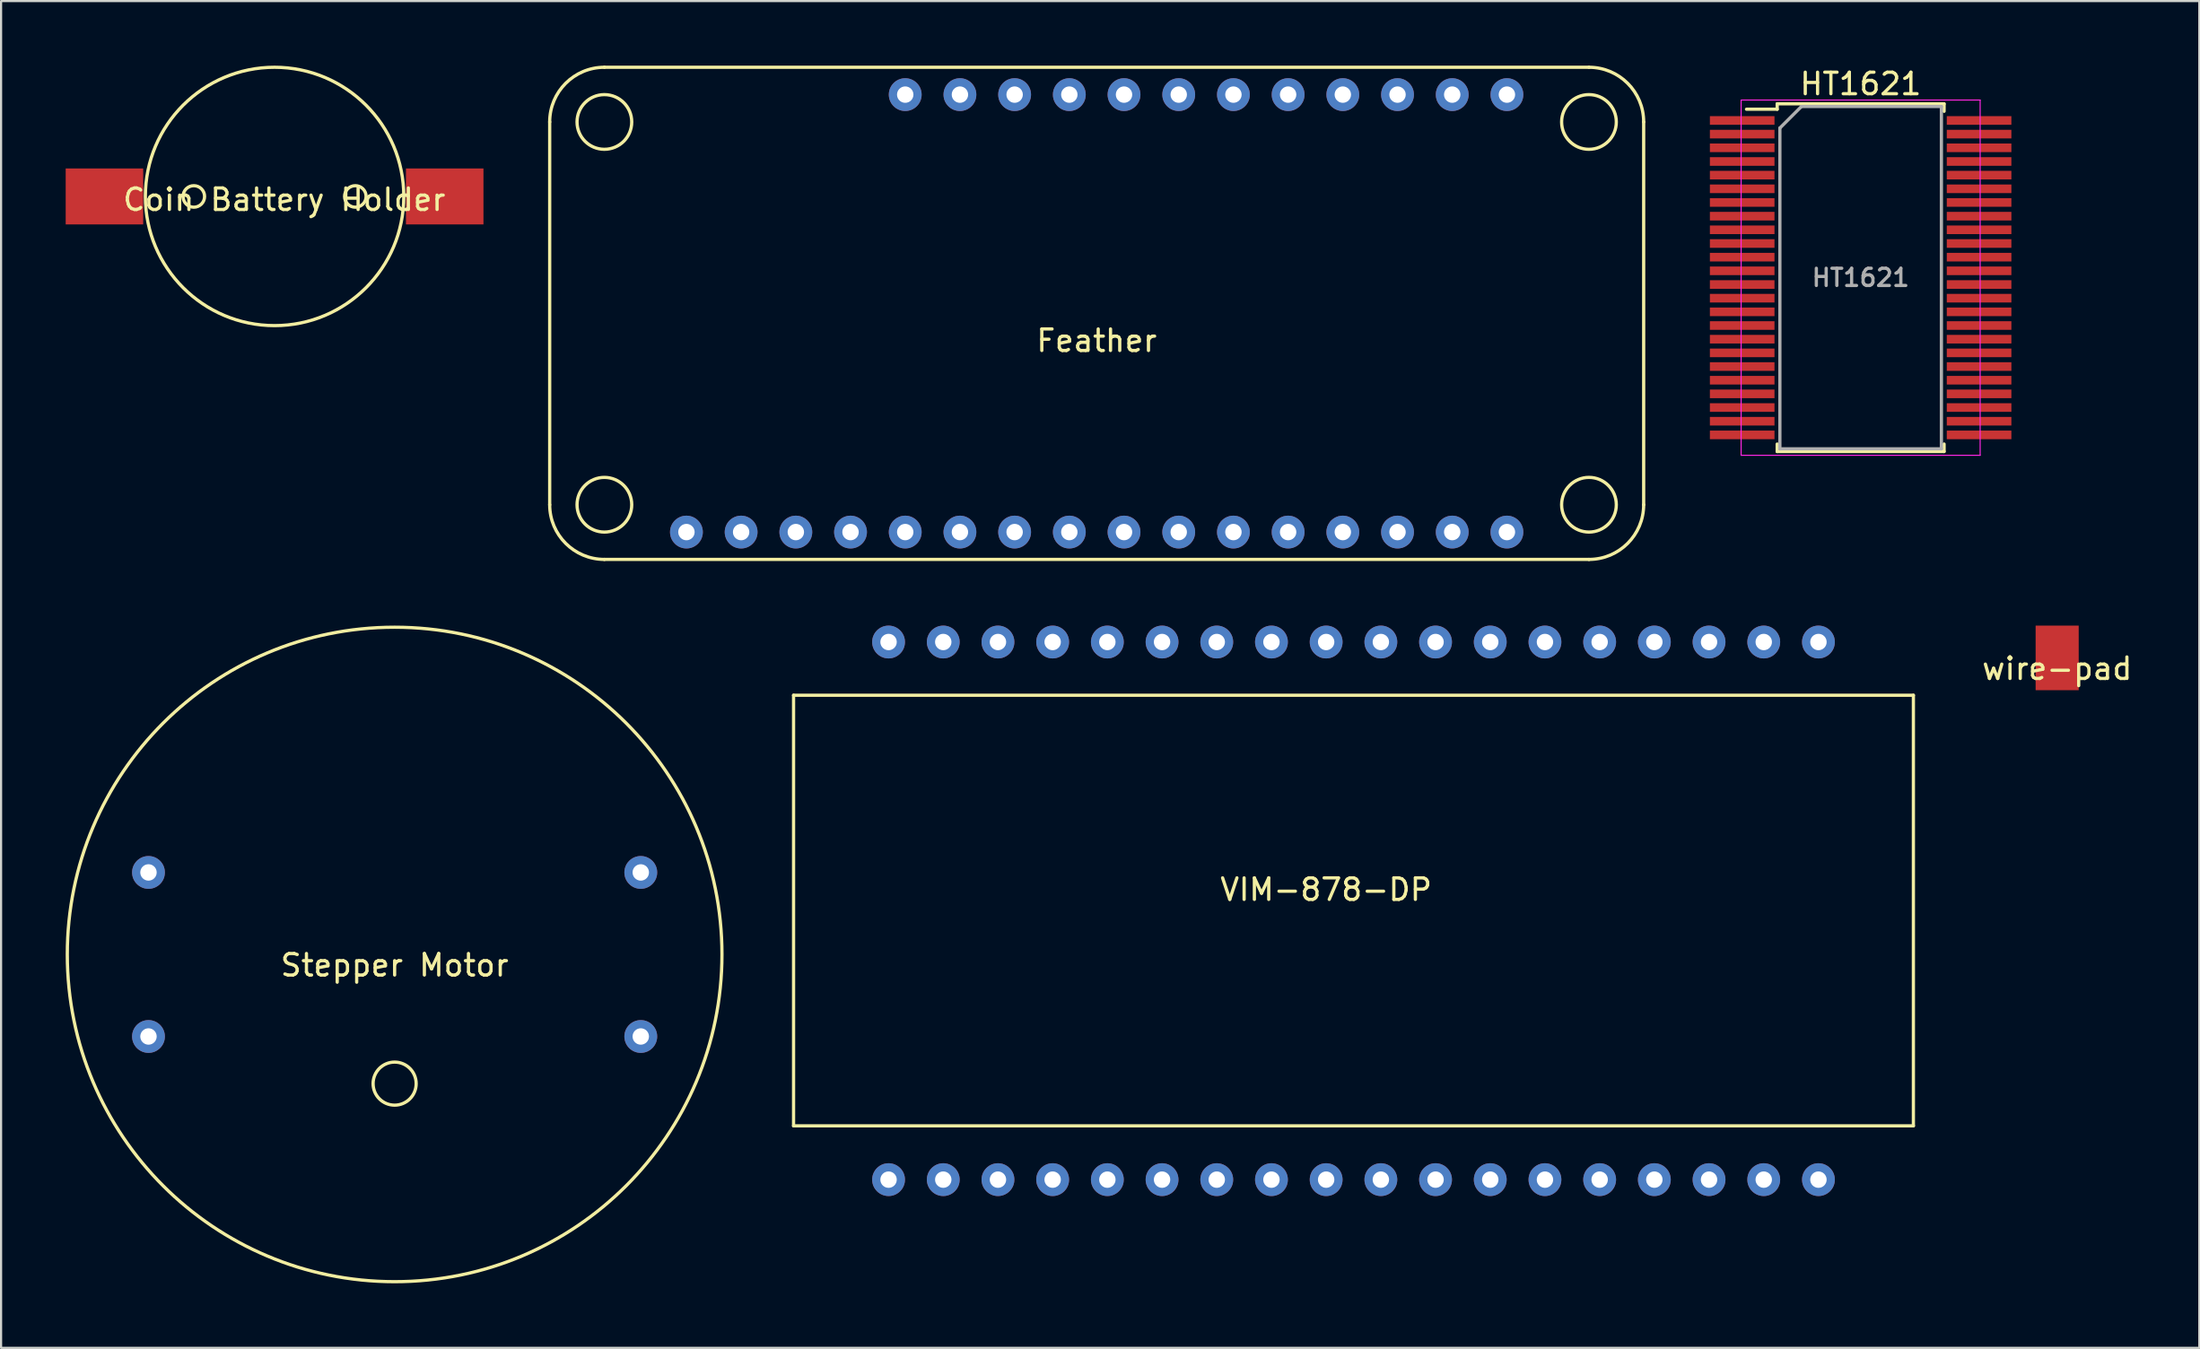
<source format=kicad_pcb>
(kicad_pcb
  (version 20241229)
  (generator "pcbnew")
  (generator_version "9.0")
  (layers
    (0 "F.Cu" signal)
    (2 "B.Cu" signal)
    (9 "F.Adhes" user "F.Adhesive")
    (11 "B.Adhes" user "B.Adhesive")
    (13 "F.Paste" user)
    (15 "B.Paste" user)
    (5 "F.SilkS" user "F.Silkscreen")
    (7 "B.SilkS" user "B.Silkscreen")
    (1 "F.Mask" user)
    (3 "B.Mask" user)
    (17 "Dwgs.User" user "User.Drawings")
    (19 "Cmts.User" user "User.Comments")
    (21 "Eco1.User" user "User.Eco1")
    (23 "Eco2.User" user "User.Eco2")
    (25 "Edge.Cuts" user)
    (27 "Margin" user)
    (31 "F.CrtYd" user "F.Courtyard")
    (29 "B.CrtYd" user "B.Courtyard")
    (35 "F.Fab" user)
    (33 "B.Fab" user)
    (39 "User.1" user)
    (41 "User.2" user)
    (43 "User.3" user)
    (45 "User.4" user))
  (footprint "Coin Battery Holder"
    (layer "F.Cu")
    (at 9.7 6.075)
    (property "Reference" "Coin Battery Holder" (at 0.45 0.15 0) (layer "F.SilkS") (effects (font (size 1 1) (thickness 0.15))))
    (attr through_hole)
    (fp_circle (center -3.75 0) (end -3.25 0) (stroke (width 0.15) (type solid)) (fill no) (layer "F.SilkS"))
    (fp_circle (center 0 0) (end 6 0) (stroke (width 0.15) (type solid)) (fill no) (layer "F.SilkS"))
    (fp_circle (center 3.75 0) (end 4.25 0) (stroke (width 0.15) (type solid)) (fill no) (layer "F.SilkS"))
    (pad "1" smd rect (at -7.9 0) (size 3.6 2.6) (layers "F.Cu" "F.Mask" "F.Paste"))
    (pad "2" smd rect (at 7.9 0) (size 3.6 2.6) (layers "F.Cu" "F.Mask" "F.Paste")))
  (footprint "HT1621"
    (layer "F.Cu")
    (at 83.35 9.848)
    (property "Reference" "HT1621" (at 0 -9 0) (layer "F.SilkS") (effects (font (size 1 1) (thickness 0.15))))
    (attr smd)
    (fp_line (start -3.875 -8.075) (end -3.875 -7.825) (stroke (width 0.15) (type solid)) (layer "F.SilkS"))
    (fp_line (start -3.875 -8.075) (end 3.875 -8.075) (stroke (width 0.15) (type solid)) (layer "F.SilkS"))
    (fp_line (start -3.875 -7.825) (end -5.3 -7.825) (stroke (width 0.15) (type solid)) (layer "F.SilkS"))
    (fp_line (start -3.875 8.075) (end -3.875 7.728) (stroke (width 0.15) (type solid)) (layer "F.SilkS"))
    (fp_line (start -3.875 8.075) (end 3.875 8.075) (stroke (width 0.15) (type solid)) (layer "F.SilkS"))
    (fp_line (start 3.875 -8.075) (end 3.875 -7.728) (stroke (width 0.15) (type solid)) (layer "F.SilkS"))
    (fp_line (start 3.875 8.075) (end 3.875 7.728) (stroke (width 0.15) (type solid)) (layer "F.SilkS"))
    (fp_line (start -5.55 -8.25) (end -5.55 8.25) (stroke (width 0.05) (type solid)) (layer "F.CrtYd"))
    (fp_line (start -5.55 -8.25) (end 5.55 -8.25) (stroke (width 0.05) (type solid)) (layer "F.CrtYd"))
    (fp_line (start -5.55 8.25) (end 5.55 8.25) (stroke (width 0.05) (type solid)) (layer "F.CrtYd"))
    (fp_line (start 5.55 -8.25) (end 5.55 8.25) (stroke (width 0.05) (type solid)) (layer "F.CrtYd"))
    (fp_line (start -3.75 -6.95) (end -2.75 -7.95) (stroke (width 0.15) (type solid)) (layer "F.Fab"))
    (fp_line (start -3.75 7.95) (end -3.75 -6.95) (stroke (width 0.15) (type solid)) (layer "F.Fab"))
    (fp_line (start -2.75 -7.95) (end 3.75 -7.95) (stroke (width 0.15) (type solid)) (layer "F.Fab"))
    (fp_line (start 3.75 -7.95) (end 3.75 7.95) (stroke (width 0.15) (type solid)) (layer "F.Fab"))
    (fp_line (start 3.75 7.95) (end -3.75 7.95) (stroke (width 0.15) (type solid)) (layer "F.Fab"))
    (fp_text user "${REFERENCE}" (at 0 0 0) (layer "F.Fab") (effects (font (size 0.8 0.8) (thickness 0.15))))
    (pad "1" smd rect (at -5.5 -7.303) (size 3 0.4) (layers "F.Cu" "F.Mask" "F.Paste"))
    (pad "2" smd rect (at -5.5 -6.668) (size 3 0.4) (layers "F.Cu" "F.Mask" "F.Paste"))
    (pad "3" smd rect (at -5.5 -6.032) (size 3 0.4) (layers "F.Cu" "F.Mask" "F.Paste"))
    (pad "4" smd rect (at -5.5 -5.397) (size 3 0.4) (layers "F.Cu" "F.Mask" "F.Paste"))
    (pad "5" smd rect (at -5.5 -4.763) (size 3 0.4) (layers "F.Cu" "F.Mask" "F.Paste"))
    (pad "6" smd rect (at -5.5 -4.128) (size 3 0.4) (layers "F.Cu" "F.Mask" "F.Paste"))
    (pad "7" smd rect (at -5.5 -3.493) (size 3 0.4) (layers "F.Cu" "F.Mask" "F.Paste"))
    (pad "8" smd rect (at -5.5 -2.857) (size 3 0.4) (layers "F.Cu" "F.Mask" "F.Paste"))
    (pad "9" smd rect (at -5.5 -2.223) (size 3 0.4) (layers "F.Cu" "F.Mask" "F.Paste"))
    (pad "10" smd rect (at -5.5 -1.587) (size 3 0.4) (layers "F.Cu" "F.Mask" "F.Paste"))
    (pad "11" smd rect (at -5.5 -0.953) (size 3 0.4) (layers "F.Cu" "F.Mask" "F.Paste"))
    (pad "12" smd rect (at -5.5 -0.318) (size 3 0.4) (layers "F.Cu" "F.Mask" "F.Paste"))
    (pad "13" smd rect (at -5.5 0.318) (size 3 0.4) (layers "F.Cu" "F.Mask" "F.Paste"))
    (pad "14" smd rect (at -5.5 0.953) (size 3 0.4) (layers "F.Cu" "F.Mask" "F.Paste"))
    (pad "15" smd rect (at -5.5 1.587) (size 3 0.4) (layers "F.Cu" "F.Mask" "F.Paste"))
    (pad "16" smd rect (at -5.5 2.223) (size 3 0.4) (layers "F.Cu" "F.Mask" "F.Paste"))
    (pad "17" smd rect (at -5.5 2.857) (size 3 0.4) (layers "F.Cu" "F.Mask" "F.Paste"))
    (pad "18" smd rect (at -5.5 3.493) (size 3 0.4) (layers "F.Cu" "F.Mask" "F.Paste"))
    (pad "19" smd rect (at -5.5 4.128) (size 3 0.4) (layers "F.Cu" "F.Mask" "F.Paste"))
    (pad "20" smd rect (at -5.5 4.763) (size 3 0.4) (layers "F.Cu" "F.Mask" "F.Paste"))
    (pad "21" smd rect (at -5.5 5.397) (size 3 0.4) (layers "F.Cu" "F.Mask" "F.Paste"))
    (pad "22" smd rect (at -5.5 6.032) (size 3 0.4) (layers "F.Cu" "F.Mask" "F.Paste"))
    (pad "23" smd rect (at -5.5 6.668) (size 3 0.4) (layers "F.Cu" "F.Mask" "F.Paste"))
    (pad "24" smd rect (at -5.5 7.303) (size 3 0.4) (layers "F.Cu" "F.Mask" "F.Paste"))
    (pad "25" smd rect (at 5.5 7.303) (size 3 0.4) (layers "F.Cu" "F.Mask" "F.Paste"))
    (pad "26" smd rect (at 5.5 6.668) (size 3 0.4) (layers "F.Cu" "F.Mask" "F.Paste"))
    (pad "27" smd rect (at 5.5 6.032) (size 3 0.4) (layers "F.Cu" "F.Mask" "F.Paste"))
    (pad "28" smd rect (at 5.5 5.397) (size 3 0.4) (layers "F.Cu" "F.Mask" "F.Paste"))
    (pad "29" smd rect (at 5.5 4.763) (size 3 0.4) (layers "F.Cu" "F.Mask" "F.Paste"))
    (pad "30" smd rect (at 5.5 4.128) (size 3 0.4) (layers "F.Cu" "F.Mask" "F.Paste"))
    (pad "31" smd rect (at 5.5 3.493) (size 3 0.4) (layers "F.Cu" "F.Mask" "F.Paste"))
    (pad "32" smd rect (at 5.5 2.857) (size 3 0.4) (layers "F.Cu" "F.Mask" "F.Paste"))
    (pad "33" smd rect (at 5.5 2.223) (size 3 0.4) (layers "F.Cu" "F.Mask" "F.Paste"))
    (pad "34" smd rect (at 5.5 1.587) (size 3 0.4) (layers "F.Cu" "F.Mask" "F.Paste"))
    (pad "35" smd rect (at 5.5 0.953) (size 3 0.4) (layers "F.Cu" "F.Mask" "F.Paste"))
    (pad "36" smd rect (at 5.5 0.318) (size 3 0.4) (layers "F.Cu" "F.Mask" "F.Paste"))
    (pad "37" smd rect (at 5.5 -0.318) (size 3 0.4) (layers "F.Cu" "F.Mask" "F.Paste"))
    (pad "38" smd rect (at 5.5 -0.953) (size 3 0.4) (layers "F.Cu" "F.Mask" "F.Paste"))
    (pad "39" smd rect (at 5.5 -1.587) (size 3 0.4) (layers "F.Cu" "F.Mask" "F.Paste"))
    (pad "40" smd rect (at 5.5 -2.223) (size 3 0.4) (layers "F.Cu" "F.Mask" "F.Paste"))
    (pad "41" smd rect (at 5.5 -2.857) (size 3 0.4) (layers "F.Cu" "F.Mask" "F.Paste"))
    (pad "42" smd rect (at 5.5 -3.493) (size 3 0.4) (layers "F.Cu" "F.Mask" "F.Paste"))
    (pad "43" smd rect (at 5.5 -4.128) (size 3 0.4) (layers "F.Cu" "F.Mask" "F.Paste"))
    (pad "44" smd rect (at 5.5 -4.763) (size 3 0.4) (layers "F.Cu" "F.Mask" "F.Paste"))
    (pad "45" smd rect (at 5.5 -5.397) (size 3 0.4) (layers "F.Cu" "F.Mask" "F.Paste"))
    (pad "46" smd rect (at 5.5 -6.032) (size 3 0.4) (layers "F.Cu" "F.Mask" "F.Paste"))
    (pad "47" smd rect (at 5.5 -6.668) (size 3 0.4) (layers "F.Cu" "F.Mask" "F.Paste"))
    (pad "48" smd rect (at 5.5 -7.303) (size 3 0.4) (layers "F.Cu" "F.Mask" "F.Paste")))
  (footprint "Feather"
    (layer "F.Cu")
    (at 47.875 11.505)
    (property "Reference" "Feather" (at 0 1.27 0) (layer "F.SilkS") (effects (font (size 1 1) (thickness 0.15))))
    (attr through_hole)
    (fp_line (start -25.4 -8.89) (end -25.4 8.89) (stroke (width 0.15) (type solid)) (layer "F.SilkS"))
    (fp_line (start -22.86 11.43) (end 22.86 11.43) (stroke (width 0.15) (type solid)) (layer "F.SilkS"))
    (fp_line (start 22.86 -11.43) (end -22.86 -11.43) (stroke (width 0.15) (type solid)) (layer "F.SilkS"))
    (fp_line (start 25.4 8.89) (end 25.4 -8.89) (stroke (width 0.15) (type solid)) (layer "F.SilkS"))
    (fp_arc (start -25.4 -8.89) (mid -24.656051 -10.686051) (end -22.86 -11.43) (stroke (width 0.15) (type solid)) (layer "F.SilkS"))
    (fp_arc (start -22.86 11.43) (mid -24.656051 10.686051) (end -25.4 8.89) (stroke (width 0.15) (type solid)) (layer "F.SilkS"))
    (fp_arc (start 22.86 -11.43) (mid 24.656051 -10.686051) (end 25.4 -8.89) (stroke (width 0.15) (type solid)) (layer "F.SilkS"))
    (fp_arc (start 25.4 8.89) (mid 24.656051 10.686051) (end 22.86 11.43) (stroke (width 0.15) (type solid)) (layer "F.SilkS"))
    (fp_circle (center -22.86 -8.89) (end -22.86 -10.16) (stroke (width 0.15) (type solid)) (fill no) (layer "F.SilkS"))
    (fp_circle (center -22.86 8.89) (end -22.86 10.16) (stroke (width 0.15) (type solid)) (fill no) (layer "F.SilkS"))
    (fp_circle (center 22.86 -8.89) (end 22.86 -10.16) (stroke (width 0.15) (type solid)) (fill no) (layer "F.SilkS"))
    (fp_circle (center 22.86 8.89) (end 22.86 10.16) (stroke (width 0.15) (type solid)) (fill no) (layer "F.SilkS"))
    (pad "0" thru_hole circle (at 13.97 10.16) (size 1.524 1.524) (drill 0.762) (layers "*.Cu" "*.Mask"))
    (pad "1" thru_hole circle (at 16.51 10.16) (size 1.524 1.524) (drill 0.762) (layers "*.Cu" "*.Mask"))
    (pad "2" thru_hole circle (at 19.05 10.16) (size 1.524 1.524) (drill 0.762) (layers "*.Cu" "*.Mask"))
    (pad "5" thru_hole circle (at 13.97 -10.16) (size 1.524 1.524) (drill 0.762) (layers "*.Cu" "*.Mask"))
    (pad "6" thru_hole circle (at 11.43 -10.16) (size 1.524 1.524) (drill 0.762) (layers "*.Cu" "*.Mask"))
    (pad "9" thru_hole circle (at 8.89 -10.16) (size 1.524 1.524) (drill 0.762) (layers "*.Cu" "*.Mask"))
    (pad "10" thru_hole circle (at 6.35 -10.16) (size 1.524 1.524) (drill 0.762) (layers "*.Cu" "*.Mask"))
    (pad "11" thru_hole circle (at 3.81 -10.16) (size 1.524 1.524) (drill 0.762) (layers "*.Cu" "*.Mask"))
    (pad "12" thru_hole circle (at 1.27 -10.16) (size 1.524 1.524) (drill 0.762) (layers "*.Cu" "*.Mask"))
    (pad "13" thru_hole circle (at -1.27 -10.16) (size 1.524 1.524) (drill 0.762) (layers "*.Cu" "*.Mask"))
    (pad "14" thru_hole circle (at -8.89 10.16) (size 1.524 1.524) (drill 0.762) (layers "*.Cu" "*.Mask"))
    (pad "15" thru_hole circle (at -6.35 10.16) (size 1.524 1.524) (drill 0.762) (layers "*.Cu" "*.Mask"))
    (pad "16" thru_hole circle (at -3.81 10.16) (size 1.524 1.524) (drill 0.762) (layers "*.Cu" "*.Mask"))
    (pad "17" thru_hole circle (at -1.27 10.16) (size 1.524 1.524) (drill 0.762) (layers "*.Cu" "*.Mask"))
    (pad "18" thru_hole circle (at 1.27 10.16) (size 1.524 1.524) (drill 0.762) (layers "*.Cu" "*.Mask"))
    (pad "19" thru_hole circle (at 3.81 10.16) (size 1.524 1.524) (drill 0.762) (layers "*.Cu" "*.Mask"))
    (pad "20" thru_hole circle (at 19.05 -10.16) (size 1.524 1.524) (drill 0.762) (layers "*.Cu" "*.Mask"))
    (pad "21" thru_hole circle (at 16.51 -10.16) (size 1.524 1.524) (drill 0.762) (layers "*.Cu" "*.Mask"))
    (pad "22" thru_hole circle (at 11.43 10.16) (size 1.524 1.524) (drill 0.762) (layers "*.Cu" "*.Mask"))
    (pad "23" thru_hole circle (at 8.89 10.16) (size 1.524 1.524) (drill 0.762) (layers "*.Cu" "*.Mask"))
    (pad "24" thru_hole circle (at 6.35 10.16) (size 1.524 1.524) (drill 0.762) (layers "*.Cu" "*.Mask"))
    (pad "25" thru_hole circle (at -19.05 10.16) (size 1.524 1.524) (drill 0.762) (layers "*.Cu" "*.Mask"))
    (pad "26" thru_hole circle (at -16.51 10.16) (size 1.524 1.524) (drill 0.762) (layers "*.Cu" "*.Mask"))
    (pad "27" thru_hole circle (at -13.97 10.16) (size 1.524 1.524) (drill 0.762) (layers "*.Cu" "*.Mask"))
    (pad "28" thru_hole circle (at -11.43 10.16) (size 1.524 1.524) (drill 0.762) (layers "*.Cu" "*.Mask"))
    (pad "29" thru_hole circle (at -8.89 -10.16) (size 1.524 1.524) (drill 0.762) (layers "*.Cu" "*.Mask"))
    (pad "30" thru_hole circle (at -6.35 -10.16) (size 1.524 1.524) (drill 0.762) (layers "*.Cu" "*.Mask"))
    (pad "31" thru_hole circle (at -3.81 -10.16) (size 1.524 1.524) (drill 0.762) (layers "*.Cu" "*.Mask")))
  (footprint "wire-pad"
    (layer "F.Cu")
    (at 92.476 27.51)
    (property "Reference" "wire-pad" (at 0 0.5 0) (layer "F.SilkS") (effects (font (size 1 1) (thickness 0.15))))
    (attr through_hole)
    (pad "1" smd rect (at 0 0) (size 2 3) (layers "F.Cu" "F.Mask" "F.Paste")))
  (footprint "Stepper Motor"
    (layer "F.Cu")
    (at 15.275 41.285)
    (property "Reference" "Stepper Motor" (at 0 0.5 0) (layer "F.SilkS") (effects (font (size 1 1) (thickness 0.15))))
    (attr through_hole)
    (fp_circle (center 0 0) (end 15.2 0) (stroke (width 0.15) (type solid)) (fill no) (layer "F.SilkS"))
    (fp_circle (center 0 6) (end 1 6) (stroke (width 0.15) (type solid)) (fill no) (layer "F.SilkS"))
    (pad "1" thru_hole circle (at -11.43 3.81) (size 1.524 1.524) (drill 0.762) (layers "*.Cu" "*.Mask"))
    (pad "2" thru_hole circle (at -11.43 -3.81) (size 1.524 1.524) (drill 0.762) (layers "*.Cu" "*.Mask"))
    (pad "3" thru_hole circle (at 11.43 -3.81) (size 1.524 1.524) (drill 0.762) (layers "*.Cu" "*.Mask"))
    (pad "4" thru_hole circle (at 11.43 3.81) (size 1.524 1.524) (drill 0.762) (layers "*.Cu" "*.Mask")))
  (footprint "VIM-878-DP"
    (layer "F.Cu")
    (at 33.8 29.245)
    (property "Reference" "VIM-878-DP" (at 24.731 9.027 0) (layer "F.SilkS") (effects (font (size 1 1) (thickness 0.15))))
    (attr through_hole)
    (fp_line (start 0 0) (end 52 0) (stroke (width 0.15) (type solid)) (layer "F.SilkS"))
    (fp_line (start 0 20) (end 0 0) (stroke (width 0.15) (type solid)) (layer "F.SilkS"))
    (fp_line (start 52 0) (end 52 20) (stroke (width 0.15) (type solid)) (layer "F.SilkS"))
    (fp_line (start 52 20) (end 0 20) (stroke (width 0.15) (type solid)) (layer "F.SilkS"))
    (pad "1" thru_hole circle (at 4.411 22.5) (size 1.524 1.524) (drill 0.762) (layers "*.Cu" "*.Mask"))
    (pad "2" thru_hole circle (at 6.951 22.5) (size 1.524 1.524) (drill 0.762) (layers "*.Cu" "*.Mask"))
    (pad "3" thru_hole circle (at 9.491 22.5) (size 1.524 1.524) (drill 0.762) (layers "*.Cu" "*.Mask"))
    (pad "4" thru_hole circle (at 12.031 22.5) (size 1.524 1.524) (drill 0.762) (layers "*.Cu" "*.Mask"))
    (pad "5" thru_hole circle (at 14.571 22.5) (size 1.524 1.524) (drill 0.762) (layers "*.Cu" "*.Mask"))
    (pad "6" thru_hole circle (at 17.111 22.5) (size 1.524 1.524) (drill 0.762) (layers "*.Cu" "*.Mask"))
    (pad "7" thru_hole circle (at 19.651 22.5) (size 1.524 1.524) (drill 0.762) (layers "*.Cu" "*.Mask"))
    (pad "8" thru_hole circle (at 22.191 22.5) (size 1.524 1.524) (drill 0.762) (layers "*.Cu" "*.Mask"))
    (pad "9" thru_hole circle (at 24.731 22.5) (size 1.524 1.524) (drill 0.762) (layers "*.Cu" "*.Mask"))
    (pad "10" thru_hole circle (at 27.271 22.5) (size 1.524 1.524) (drill 0.762) (layers "*.Cu" "*.Mask"))
    (pad "11" thru_hole circle (at 29.811 22.5) (size 1.524 1.524) (drill 0.762) (layers "*.Cu" "*.Mask"))
    (pad "12" thru_hole circle (at 32.351 22.5) (size 1.524 1.524) (drill 0.762) (layers "*.Cu" "*.Mask"))
    (pad "13" thru_hole circle (at 34.891 22.5) (size 1.524 1.524) (drill 0.762) (layers "*.Cu" "*.Mask"))
    (pad "14" thru_hole circle (at 37.431 22.5) (size 1.524 1.524) (drill 0.762) (layers "*.Cu" "*.Mask"))
    (pad "15" thru_hole circle (at 39.971 22.5) (size 1.524 1.524) (drill 0.762) (layers "*.Cu" "*.Mask"))
    (pad "16" thru_hole circle (at 42.511 22.5) (size 1.524 1.524) (drill 0.762) (layers "*.Cu" "*.Mask"))
    (pad "17" thru_hole circle (at 45.051 22.5) (size 1.524 1.524) (drill 0.762) (layers "*.Cu" "*.Mask"))
    (pad "18" thru_hole circle (at 47.591 22.5) (size 1.524 1.524) (drill 0.762) (layers "*.Cu" "*.Mask"))
    (pad "19" thru_hole circle (at 47.591 -2.473) (size 1.524 1.524) (drill 0.762) (layers "*.Cu" "*.Mask"))
    (pad "20" thru_hole circle (at 45.051 -2.473) (size 1.524 1.524) (drill 0.762) (layers "*.Cu" "*.Mask"))
    (pad "21" thru_hole circle (at 42.511 -2.473) (size 1.524 1.524) (drill 0.762) (layers "*.Cu" "*.Mask"))
    (pad "22" thru_hole circle (at 39.971 -2.473) (size 1.524 1.524) (drill 0.762) (layers "*.Cu" "*.Mask"))
    (pad "23" thru_hole circle (at 37.431 -2.473) (size 1.524 1.524) (drill 0.762) (layers "*.Cu" "*.Mask"))
    (pad "24" thru_hole circle (at 34.891 -2.473) (size 1.524 1.524) (drill 0.762) (layers "*.Cu" "*.Mask"))
    (pad "25" thru_hole circle (at 32.351 -2.473) (size 1.524 1.524) (drill 0.762) (layers "*.Cu" "*.Mask"))
    (pad "26" thru_hole circle (at 29.811 -2.473) (size 1.524 1.524) (drill 0.762) (layers "*.Cu" "*.Mask"))
    (pad "27" thru_hole circle (at 27.271 -2.473) (size 1.524 1.524) (drill 0.762) (layers "*.Cu" "*.Mask"))
    (pad "28" thru_hole circle (at 24.731 -2.473) (size 1.524 1.524) (drill 0.762) (layers "*.Cu" "*.Mask"))
    (pad "29" thru_hole circle (at 22.191 -2.473) (size 1.524 1.524) (drill 0.762) (layers "*.Cu" "*.Mask"))
    (pad "30" thru_hole circle (at 19.651 -2.473) (size 1.524 1.524) (drill 0.762) (layers "*.Cu" "*.Mask"))
    (pad "31" thru_hole circle (at 17.111 -2.473) (size 1.524 1.524) (drill 0.762) (layers "*.Cu" "*.Mask"))
    (pad "32" thru_hole circle (at 14.571 -2.473) (size 1.524 1.524) (drill 0.762) (layers "*.Cu" "*.Mask"))
    (pad "33" thru_hole circle (at 12.031 -2.473) (size 1.524 1.524) (drill 0.762) (layers "*.Cu" "*.Mask"))
    (pad "34" thru_hole circle (at 9.491 -2.473) (size 1.524 1.524) (drill 0.762) (layers "*.Cu" "*.Mask"))
    (pad "35" thru_hole circle (at 6.951 -2.473) (size 1.524 1.524) (drill 0.762) (layers "*.Cu" "*.Mask"))
    (pad "36" thru_hole circle (at 4.411 -2.473) (size 1.524 1.524) (drill 0.762) (layers "*.Cu" "*.Mask")))
  (gr_rect
    (start -3 -3)
    (end 99.077 59.56)
    (stroke (width 0.1) (type default))
    (fill no)
    (layer "Edge.Cuts")))
</source>
